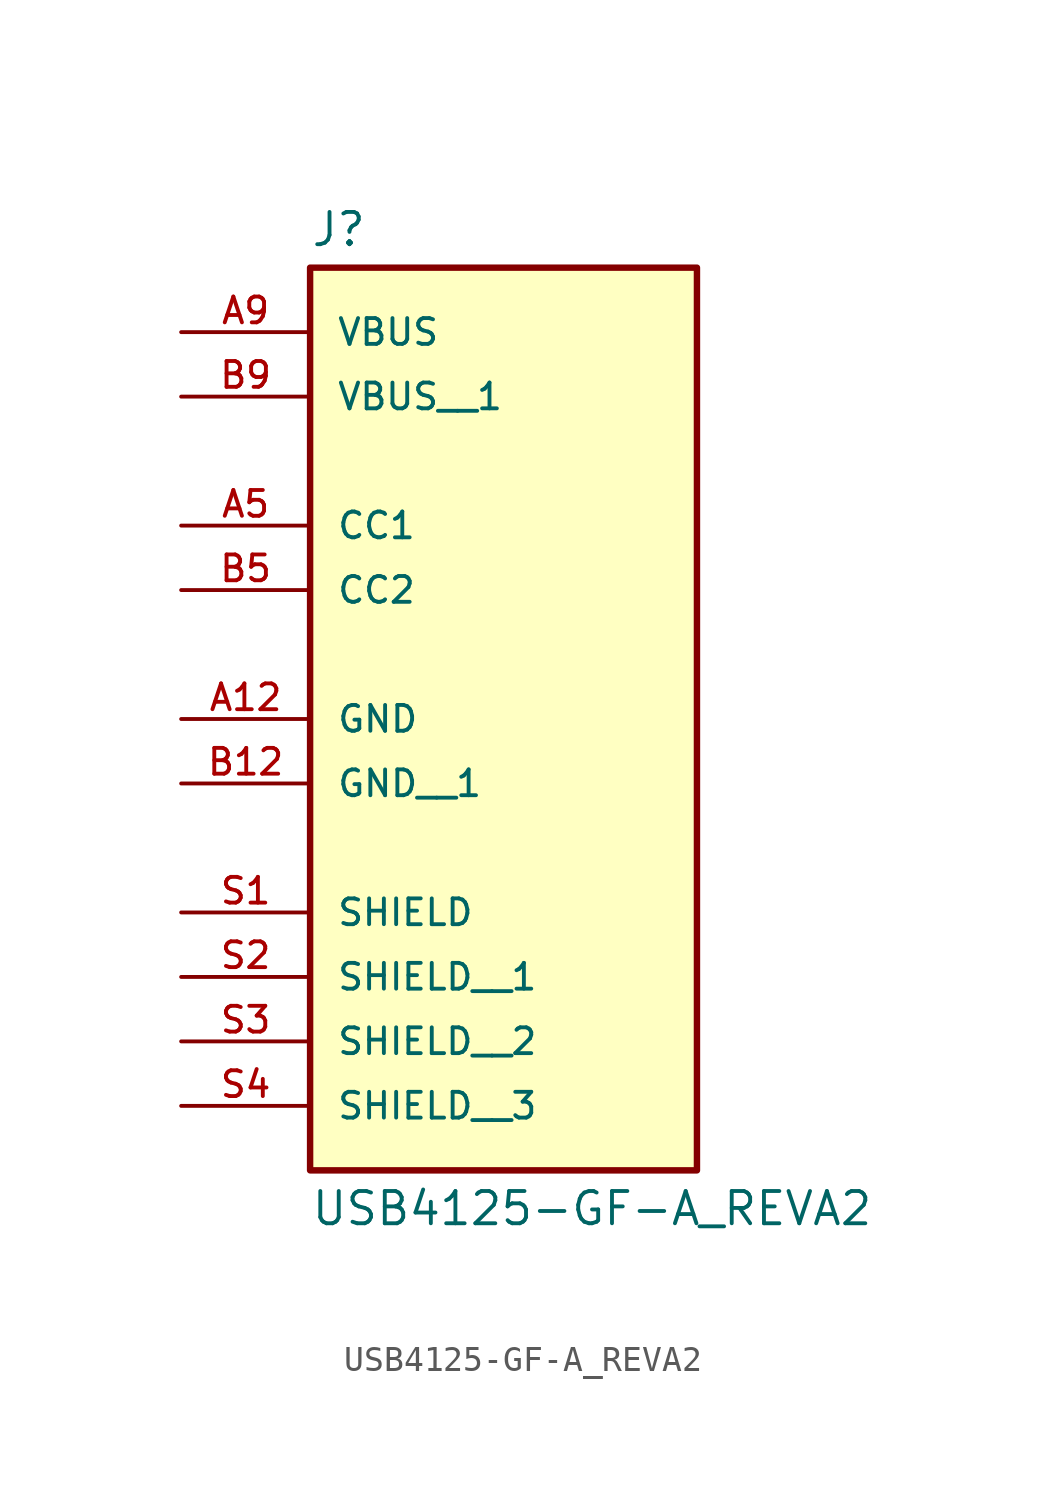
<source format=kicad_sym>
(kicad_symbol_lib
  (version 20241209)
  (generator "kicad_symbol_editor")
  (generator_version "9.0")
  (symbol "USB4125-GF-A_REVA2"
    (pin_names
      (offset 1.016))
    (property "Reference" "J"
      (at -7.62 10.922 0)
      (effects (font (size 1.27 1.27)) (justify left bottom)))
    (property "Value" "USB4125-GF-A_REVA2"
      (at -7.62 -26.162 0)
      (effects (font (size 1.27 1.27)) (justify left top)))
    (symbol "USB4125-GF-A_REVA2_0_0"
      (rectangle (start -7.62 -25.4) (end 7.62 10.16) (stroke (width 0.254) (type default)) (fill (type background)))
      (pin power_in line (at -12.7 7.62 0) (length 5.08) (name "VBUS" (effects (font (size 1.016 1.016)))) (number "A9" (effects (font (size 1.016 1.016)))))
      (pin power_in line (at -12.7 5.08 0) (length 5.08) (name "VBUS__1" (effects (font (size 1.016 1.016)))) (number "B9" (effects (font (size 1.016 1.016)))))
      (pin bidirectional line (at -12.7 0 0) (length 5.08) (name "CC1" (effects (font (size 1.016 1.016)))) (number "A5" (effects (font (size 1.016 1.016)))))
      (pin bidirectional line (at -12.7 -2.54 0) (length 5.08) (name "CC2" (effects (font (size 1.016 1.016)))) (number "B5" (effects (font (size 1.016 1.016)))))
      (pin power_in line (at -12.7 -7.62 0) (length 5.08) (name "GND" (effects (font (size 1.016 1.016)))) (number "A12" (effects (font (size 1.016 1.016)))))
      (pin power_in line (at -12.7 -10.16 0) (length 5.08) (name "GND__1" (effects (font (size 1.016 1.016)))) (number "B12" (effects (font (size 1.016 1.016)))))
      (pin passive line (at -12.7 -15.24 0) (length 5.08) (name "SHIELD" (effects (font (size 1.016 1.016)))) (number "S1" (effects (font (size 1.016 1.016)))))
      (pin passive line (at -12.7 -17.78 0) (length 5.08) (name "SHIELD__1" (effects (font (size 1.016 1.016)))) (number "S2" (effects (font (size 1.016 1.016)))))
      (pin passive line (at -12.7 -20.32 0) (length 5.08) (name "SHIELD__2" (effects (font (size 1.016 1.016)))) (number "S3" (effects (font (size 1.016 1.016)))))
      (pin passive line (at -12.7 -22.86 0) (length 5.08) (name "SHIELD__3" (effects (font (size 1.016 1.016)))) (number "S4" (effects (font (size 1.016 1.016))))))))
</source>
